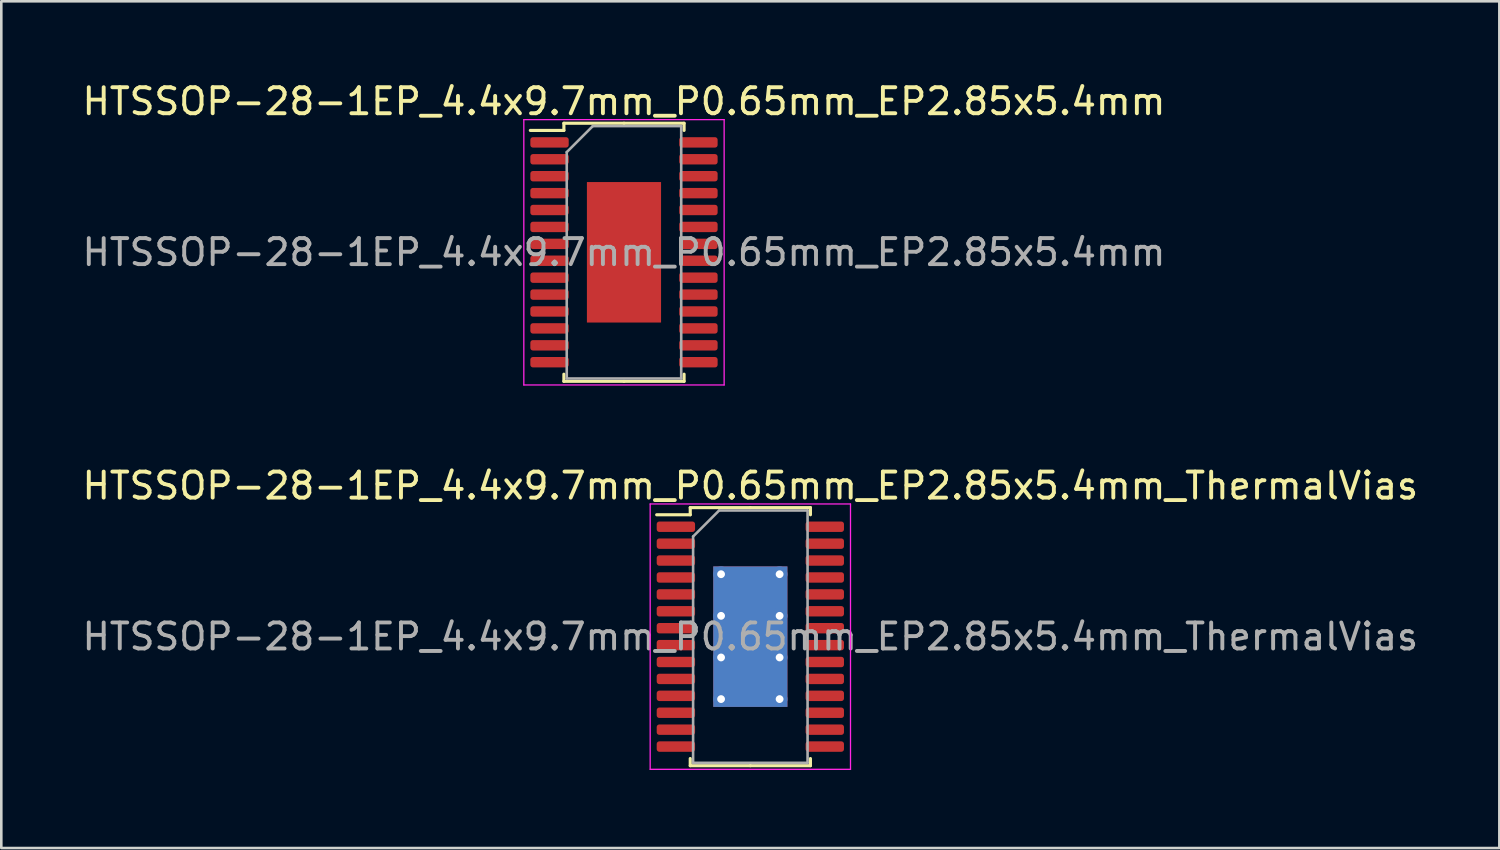
<source format=kicad_pcb>
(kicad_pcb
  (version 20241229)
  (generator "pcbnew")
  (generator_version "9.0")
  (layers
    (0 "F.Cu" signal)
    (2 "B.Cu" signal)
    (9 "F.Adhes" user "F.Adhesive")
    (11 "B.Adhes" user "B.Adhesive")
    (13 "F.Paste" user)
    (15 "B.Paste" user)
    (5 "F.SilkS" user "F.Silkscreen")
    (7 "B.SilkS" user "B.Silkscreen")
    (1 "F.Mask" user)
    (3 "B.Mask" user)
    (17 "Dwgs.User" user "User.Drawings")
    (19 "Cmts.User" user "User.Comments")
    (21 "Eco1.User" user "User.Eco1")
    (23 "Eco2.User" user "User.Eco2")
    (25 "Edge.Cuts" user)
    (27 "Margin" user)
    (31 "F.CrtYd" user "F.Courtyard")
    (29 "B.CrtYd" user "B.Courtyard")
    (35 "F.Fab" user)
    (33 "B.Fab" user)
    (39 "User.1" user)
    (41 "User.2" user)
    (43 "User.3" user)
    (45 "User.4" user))
  (footprint "HTSSOP-28-1EP_4.4x9.7mm_P0.65mm_EP2.85x5.4mm"
    (layer "F.Cu")
    (at 20.935 6.648)
    (property "Reference" "HTSSOP-28-1EP_4.4x9.7mm_P0.65mm_EP2.85x5.4mm" (at 0 -5.8 0) (layer "F.SilkS") (effects (font (size 1 1) (thickness 0.15))))
    (attr smd)
    (fp_line (start -2.31 -4.96) (end -2.31 -4.685) (stroke (width 0.12) (type solid)) (layer "F.SilkS"))
    (fp_line (start -2.31 -4.685) (end -3.6 -4.685) (stroke (width 0.12) (type solid)) (layer "F.SilkS"))
    (fp_line (start -2.31 4.96) (end -2.31 4.685) (stroke (width 0.12) (type solid)) (layer "F.SilkS"))
    (fp_line (start 0 -4.96) (end -2.31 -4.96) (stroke (width 0.12) (type solid)) (layer "F.SilkS"))
    (fp_line (start 0 -4.96) (end 2.31 -4.96) (stroke (width 0.12) (type solid)) (layer "F.SilkS"))
    (fp_line (start 0 4.96) (end -2.31 4.96) (stroke (width 0.12) (type solid)) (layer "F.SilkS"))
    (fp_line (start 0 4.96) (end 2.31 4.96) (stroke (width 0.12) (type solid)) (layer "F.SilkS"))
    (fp_line (start 2.31 -4.96) (end 2.31 -4.685) (stroke (width 0.12) (type solid)) (layer "F.SilkS"))
    (fp_line (start 2.31 4.96) (end 2.31 4.685) (stroke (width 0.12) (type solid)) (layer "F.SilkS"))
    (fp_line (start -3.85 -5.1) (end -3.85 5.1) (stroke (width 0.05) (type solid)) (layer "F.CrtYd"))
    (fp_line (start -3.85 5.1) (end 3.85 5.1) (stroke (width 0.05) (type solid)) (layer "F.CrtYd"))
    (fp_line (start 3.85 -5.1) (end -3.85 -5.1) (stroke (width 0.05) (type solid)) (layer "F.CrtYd"))
    (fp_line (start 3.85 5.1) (end 3.85 -5.1) (stroke (width 0.05) (type solid)) (layer "F.CrtYd"))
    (fp_line (start -2.2 -3.85) (end -1.2 -4.85) (stroke (width 0.1) (type solid)) (layer "F.Fab"))
    (fp_line (start -2.2 4.85) (end -2.2 -3.85) (stroke (width 0.1) (type solid)) (layer "F.Fab"))
    (fp_line (start -1.2 -4.85) (end 2.2 -4.85) (stroke (width 0.1) (type solid)) (layer "F.Fab"))
    (fp_line (start 2.2 -4.85) (end 2.2 4.85) (stroke (width 0.1) (type solid)) (layer "F.Fab"))
    (fp_line (start 2.2 4.85) (end -2.2 4.85) (stroke (width 0.1) (type solid)) (layer "F.Fab"))
    (fp_text user "${REFERENCE}" (at 0 0 0) (layer "F.Fab") (effects (font (size 1 1) (thickness 0.15))))
    (pad "" smd roundrect (at 0 0) (size 2.3 4.35) (layers "F.Paste") (roundrect_rratio 0.109))
    (pad "1" smd roundrect (at -2.862 -4.225) (size 1.475 0.4) (layers "F.Cu" "F.Mask" "F.Paste") (roundrect_rratio 0.25))
    (pad "2" smd roundrect (at -2.862 -3.575) (size 1.475 0.4) (layers "F.Cu" "F.Mask" "F.Paste") (roundrect_rratio 0.25))
    (pad "3" smd roundrect (at -2.862 -2.925) (size 1.475 0.4) (layers "F.Cu" "F.Mask" "F.Paste") (roundrect_rratio 0.25))
    (pad "4" smd roundrect (at -2.862 -2.275) (size 1.475 0.4) (layers "F.Cu" "F.Mask" "F.Paste") (roundrect_rratio 0.25))
    (pad "5" smd roundrect (at -2.862 -1.625) (size 1.475 0.4) (layers "F.Cu" "F.Mask" "F.Paste") (roundrect_rratio 0.25))
    (pad "6" smd roundrect (at -2.862 -0.975) (size 1.475 0.4) (layers "F.Cu" "F.Mask" "F.Paste") (roundrect_rratio 0.25))
    (pad "7" smd roundrect (at -2.862 -0.325) (size 1.475 0.4) (layers "F.Cu" "F.Mask" "F.Paste") (roundrect_rratio 0.25))
    (pad "8" smd roundrect (at -2.862 0.325) (size 1.475 0.4) (layers "F.Cu" "F.Mask" "F.Paste") (roundrect_rratio 0.25))
    (pad "9" smd roundrect (at -2.862 0.975) (size 1.475 0.4) (layers "F.Cu" "F.Mask" "F.Paste") (roundrect_rratio 0.25))
    (pad "10" smd roundrect (at -2.862 1.625) (size 1.475 0.4) (layers "F.Cu" "F.Mask" "F.Paste") (roundrect_rratio 0.25))
    (pad "11" smd roundrect (at -2.862 2.275) (size 1.475 0.4) (layers "F.Cu" "F.Mask" "F.Paste") (roundrect_rratio 0.25))
    (pad "12" smd roundrect (at -2.862 2.925) (size 1.475 0.4) (layers "F.Cu" "F.Mask" "F.Paste") (roundrect_rratio 0.25))
    (pad "13" smd roundrect (at -2.862 3.575) (size 1.475 0.4) (layers "F.Cu" "F.Mask" "F.Paste") (roundrect_rratio 0.25))
    (pad "14" smd roundrect (at -2.862 4.225) (size 1.475 0.4) (layers "F.Cu" "F.Mask" "F.Paste") (roundrect_rratio 0.25))
    (pad "15" smd roundrect (at 2.862 4.225) (size 1.475 0.4) (layers "F.Cu" "F.Mask" "F.Paste") (roundrect_rratio 0.25))
    (pad "16" smd roundrect (at 2.862 3.575) (size 1.475 0.4) (layers "F.Cu" "F.Mask" "F.Paste") (roundrect_rratio 0.25))
    (pad "17" smd roundrect (at 2.862 2.925) (size 1.475 0.4) (layers "F.Cu" "F.Mask" "F.Paste") (roundrect_rratio 0.25))
    (pad "18" smd roundrect (at 2.862 2.275) (size 1.475 0.4) (layers "F.Cu" "F.Mask" "F.Paste") (roundrect_rratio 0.25))
    (pad "19" smd roundrect (at 2.862 1.625) (size 1.475 0.4) (layers "F.Cu" "F.Mask" "F.Paste") (roundrect_rratio 0.25))
    (pad "20" smd roundrect (at 2.862 0.975) (size 1.475 0.4) (layers "F.Cu" "F.Mask" "F.Paste") (roundrect_rratio 0.25))
    (pad "21" smd roundrect (at 2.862 0.325) (size 1.475 0.4) (layers "F.Cu" "F.Mask" "F.Paste") (roundrect_rratio 0.25))
    (pad "22" smd roundrect (at 2.862 -0.325) (size 1.475 0.4) (layers "F.Cu" "F.Mask" "F.Paste") (roundrect_rratio 0.25))
    (pad "23" smd roundrect (at 2.862 -0.975) (size 1.475 0.4) (layers "F.Cu" "F.Mask" "F.Paste") (roundrect_rratio 0.25))
    (pad "24" smd roundrect (at 2.862 -1.625) (size 1.475 0.4) (layers "F.Cu" "F.Mask" "F.Paste") (roundrect_rratio 0.25))
    (pad "25" smd roundrect (at 2.862 -2.275) (size 1.475 0.4) (layers "F.Cu" "F.Mask" "F.Paste") (roundrect_rratio 0.25))
    (pad "26" smd roundrect (at 2.862 -2.925) (size 1.475 0.4) (layers "F.Cu" "F.Mask" "F.Paste") (roundrect_rratio 0.25))
    (pad "27" smd roundrect (at 2.862 -3.575) (size 1.475 0.4) (layers "F.Cu" "F.Mask" "F.Paste") (roundrect_rratio 0.25))
    (pad "28" smd roundrect (at 2.862 -4.225) (size 1.475 0.4) (layers "F.Cu" "F.Mask" "F.Paste") (roundrect_rratio 0.25))
    (pad "29" smd rect (at 0 0) (size 2.85 5.4) (layers "F.Cu" "F.Mask")))
  (footprint "HTSSOP-28-1EP_4.4x9.7mm_P0.65mm_EP2.85x5.4mm_ThermalVias"
    (layer "F.Cu")
    (at 25.792 21.422)
    (property "Reference" "HTSSOP-28-1EP_4.4x9.7mm_P0.65mm_EP2.85x5.4mm_ThermalVias" (at 0 -5.8 0) (layer "F.SilkS") (effects (font (size 1 1) (thickness 0.15))))
    (attr smd)
    (fp_line (start -2.31 -4.96) (end -2.31 -4.685) (stroke (width 0.12) (type solid)) (layer "F.SilkS"))
    (fp_line (start -2.31 -4.685) (end -3.6 -4.685) (stroke (width 0.12) (type solid)) (layer "F.SilkS"))
    (fp_line (start -2.31 4.96) (end -2.31 4.685) (stroke (width 0.12) (type solid)) (layer "F.SilkS"))
    (fp_line (start 0 -4.96) (end -2.31 -4.96) (stroke (width 0.12) (type solid)) (layer "F.SilkS"))
    (fp_line (start 0 -4.96) (end 2.31 -4.96) (stroke (width 0.12) (type solid)) (layer "F.SilkS"))
    (fp_line (start 0 4.96) (end -2.31 4.96) (stroke (width 0.12) (type solid)) (layer "F.SilkS"))
    (fp_line (start 0 4.96) (end 2.31 4.96) (stroke (width 0.12) (type solid)) (layer "F.SilkS"))
    (fp_line (start 2.31 -4.96) (end 2.31 -4.685) (stroke (width 0.12) (type solid)) (layer "F.SilkS"))
    (fp_line (start 2.31 4.96) (end 2.31 4.685) (stroke (width 0.12) (type solid)) (layer "F.SilkS"))
    (fp_line (start -3.85 -5.1) (end -3.85 5.1) (stroke (width 0.05) (type solid)) (layer "F.CrtYd"))
    (fp_line (start -3.85 5.1) (end 3.85 5.1) (stroke (width 0.05) (type solid)) (layer "F.CrtYd"))
    (fp_line (start 3.85 -5.1) (end -3.85 -5.1) (stroke (width 0.05) (type solid)) (layer "F.CrtYd"))
    (fp_line (start 3.85 5.1) (end 3.85 -5.1) (stroke (width 0.05) (type solid)) (layer "F.CrtYd"))
    (fp_line (start -2.2 -3.85) (end -1.2 -4.85) (stroke (width 0.1) (type solid)) (layer "F.Fab"))
    (fp_line (start -2.2 4.85) (end -2.2 -3.85) (stroke (width 0.1) (type solid)) (layer "F.Fab"))
    (fp_line (start -1.2 -4.85) (end 2.2 -4.85) (stroke (width 0.1) (type solid)) (layer "F.Fab"))
    (fp_line (start 2.2 -4.85) (end 2.2 4.85) (stroke (width 0.1) (type solid)) (layer "F.Fab"))
    (fp_line (start 2.2 4.85) (end -2.2 4.85) (stroke (width 0.1) (type solid)) (layer "F.Fab"))
    (fp_text user "${REFERENCE}" (at 0 0 0) (layer "F.Fab") (effects (font (size 1 1) (thickness 0.15))))
    (pad "" smd roundrect (at 0 -1.8) (size 2.3 1.45) (layers "F.Paste") (roundrect_rratio 0.172))
    (pad "" smd roundrect (at 0 0) (size 2.3 1.45) (layers "F.Paste") (roundrect_rratio 0.172))
    (pad "" smd roundrect (at 0 1.8) (size 2.3 1.45) (layers "F.Paste") (roundrect_rratio 0.172))
    (pad "1" smd roundrect (at -2.862 -4.225) (size 1.475 0.4) (layers "F.Cu" "F.Mask" "F.Paste") (roundrect_rratio 0.25))
    (pad "2" smd roundrect (at -2.862 -3.575) (size 1.475 0.4) (layers "F.Cu" "F.Mask" "F.Paste") (roundrect_rratio 0.25))
    (pad "3" smd roundrect (at -2.862 -2.925) (size 1.475 0.4) (layers "F.Cu" "F.Mask" "F.Paste") (roundrect_rratio 0.25))
    (pad "4" smd roundrect (at -2.862 -2.275) (size 1.475 0.4) (layers "F.Cu" "F.Mask" "F.Paste") (roundrect_rratio 0.25))
    (pad "5" smd roundrect (at -2.862 -1.625) (size 1.475 0.4) (layers "F.Cu" "F.Mask" "F.Paste") (roundrect_rratio 0.25))
    (pad "6" smd roundrect (at -2.862 -0.975) (size 1.475 0.4) (layers "F.Cu" "F.Mask" "F.Paste") (roundrect_rratio 0.25))
    (pad "7" smd roundrect (at -2.862 -0.325) (size 1.475 0.4) (layers "F.Cu" "F.Mask" "F.Paste") (roundrect_rratio 0.25))
    (pad "8" smd roundrect (at -2.862 0.325) (size 1.475 0.4) (layers "F.Cu" "F.Mask" "F.Paste") (roundrect_rratio 0.25))
    (pad "9" smd roundrect (at -2.862 0.975) (size 1.475 0.4) (layers "F.Cu" "F.Mask" "F.Paste") (roundrect_rratio 0.25))
    (pad "10" smd roundrect (at -2.862 1.625) (size 1.475 0.4) (layers "F.Cu" "F.Mask" "F.Paste") (roundrect_rratio 0.25))
    (pad "11" smd roundrect (at -2.862 2.275) (size 1.475 0.4) (layers "F.Cu" "F.Mask" "F.Paste") (roundrect_rratio 0.25))
    (pad "12" smd roundrect (at -2.862 2.925) (size 1.475 0.4) (layers "F.Cu" "F.Mask" "F.Paste") (roundrect_rratio 0.25))
    (pad "13" smd roundrect (at -2.862 3.575) (size 1.475 0.4) (layers "F.Cu" "F.Mask" "F.Paste") (roundrect_rratio 0.25))
    (pad "14" smd roundrect (at -2.862 4.225) (size 1.475 0.4) (layers "F.Cu" "F.Mask" "F.Paste") (roundrect_rratio 0.25))
    (pad "15" smd roundrect (at 2.862 4.225) (size 1.475 0.4) (layers "F.Cu" "F.Mask" "F.Paste") (roundrect_rratio 0.25))
    (pad "16" smd roundrect (at 2.862 3.575) (size 1.475 0.4) (layers "F.Cu" "F.Mask" "F.Paste") (roundrect_rratio 0.25))
    (pad "17" smd roundrect (at 2.862 2.925) (size 1.475 0.4) (layers "F.Cu" "F.Mask" "F.Paste") (roundrect_rratio 0.25))
    (pad "18" smd roundrect (at 2.862 2.275) (size 1.475 0.4) (layers "F.Cu" "F.Mask" "F.Paste") (roundrect_rratio 0.25))
    (pad "19" smd roundrect (at 2.862 1.625) (size 1.475 0.4) (layers "F.Cu" "F.Mask" "F.Paste") (roundrect_rratio 0.25))
    (pad "20" smd roundrect (at 2.862 0.975) (size 1.475 0.4) (layers "F.Cu" "F.Mask" "F.Paste") (roundrect_rratio 0.25))
    (pad "21" smd roundrect (at 2.862 0.325) (size 1.475 0.4) (layers "F.Cu" "F.Mask" "F.Paste") (roundrect_rratio 0.25))
    (pad "22" smd roundrect (at 2.862 -0.325) (size 1.475 0.4) (layers "F.Cu" "F.Mask" "F.Paste") (roundrect_rratio 0.25))
    (pad "23" smd roundrect (at 2.862 -0.975) (size 1.475 0.4) (layers "F.Cu" "F.Mask" "F.Paste") (roundrect_rratio 0.25))
    (pad "24" smd roundrect (at 2.862 -1.625) (size 1.475 0.4) (layers "F.Cu" "F.Mask" "F.Paste") (roundrect_rratio 0.25))
    (pad "25" smd roundrect (at 2.862 -2.275) (size 1.475 0.4) (layers "F.Cu" "F.Mask" "F.Paste") (roundrect_rratio 0.25))
    (pad "26" smd roundrect (at 2.862 -2.925) (size 1.475 0.4) (layers "F.Cu" "F.Mask" "F.Paste") (roundrect_rratio 0.25))
    (pad "27" smd roundrect (at 2.862 -3.575) (size 1.475 0.4) (layers "F.Cu" "F.Mask" "F.Paste") (roundrect_rratio 0.25))
    (pad "28" smd roundrect (at 2.862 -4.225) (size 1.475 0.4) (layers "F.Cu" "F.Mask" "F.Paste") (roundrect_rratio 0.25))
    (pad "29" thru_hole circle (at -1.125 -2.4) (size 0.6 0.6) (drill 0.3) (layers "*.Cu"))
    (pad "29" thru_hole circle (at -1.125 -0.8) (size 0.6 0.6) (drill 0.3) (layers "*.Cu"))
    (pad "29" thru_hole circle (at -1.125 0.8) (size 0.6 0.6) (drill 0.3) (layers "*.Cu"))
    (pad "29" thru_hole circle (at -1.125 2.4) (size 0.6 0.6) (drill 0.3) (layers "*.Cu"))
    (pad "29" smd rect (at 0 0) (size 2.85 5.4) (layers "F.Cu" "F.Mask"))
    (pad "29" smd rect (at 0 0) (size 2.85 5.4) (layers "B.Cu"))
    (pad "29" thru_hole circle (at 1.125 -2.4) (size 0.6 0.6) (drill 0.3) (layers "*.Cu"))
    (pad "29" thru_hole circle (at 1.125 -0.8) (size 0.6 0.6) (drill 0.3) (layers "*.Cu"))
    (pad "29" thru_hole circle (at 1.125 0.8) (size 0.6 0.6) (drill 0.3) (layers "*.Cu"))
    (pad "29" thru_hole circle (at 1.125 2.4) (size 0.6 0.6) (drill 0.3) (layers "*.Cu")))
  (gr_rect
    (start -3 -3)
    (end 54.583 29.547)
    (stroke (width 0.1) (type default))
    (fill no)
    (layer "Edge.Cuts")))
</source>
